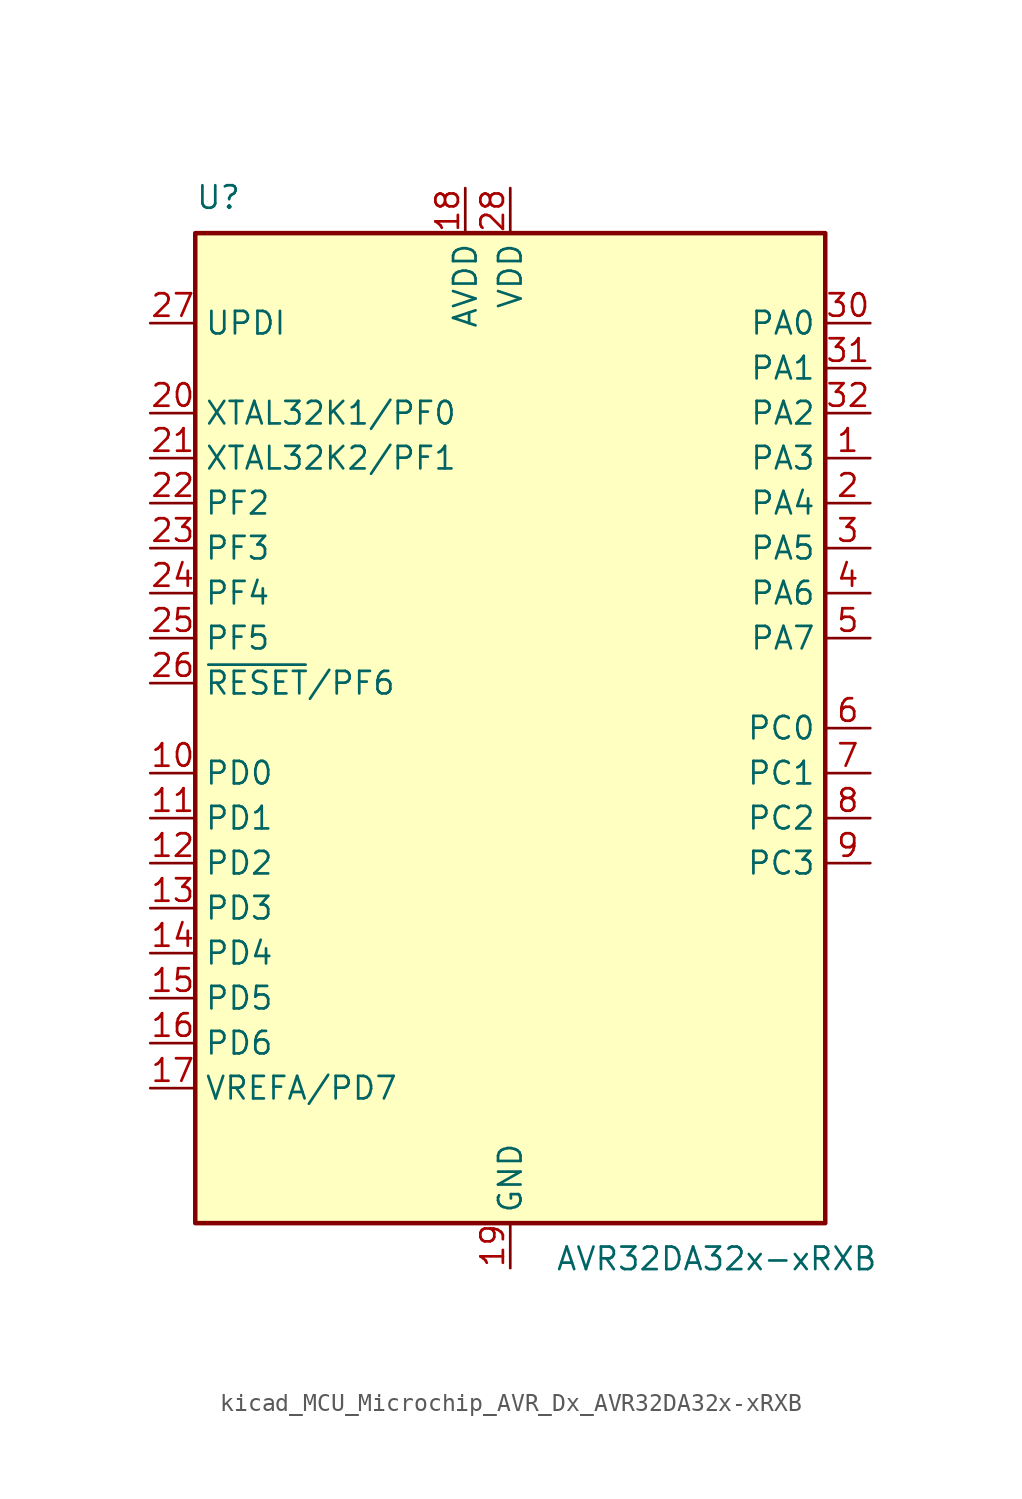
<source format=kicad_sym>
(kicad_symbol_lib
  (version 20220914)
  (generator kicad_symbol_editor)
  (symbol "kicad_MCU_Microchip_AVR_Dx_AVR32DA32x-xRXB"
    (property "Reference" "U"
      (at -17.78 29.21 0)
      (effects (font (size 1.27 1.27)) (justify left bottom)))
    (property "Value" "AVR32DA32x-xRXB"
      (at 2.54 -29.21 0)
      (effects (font (size 1.27 1.27)) (justify left top)))
    (symbol "kicad_MCU_Microchip_AVR_Dx_AVR32DA32x-xRXB_0_1"
      (rectangle (start -17.78 27.94) (end 17.78 -27.94) (stroke (width 0.254) (type default)) (fill (type background))))
    (symbol "kicad_MCU_Microchip_AVR_Dx_AVR32DA32x-xRXB_1_1"
      (pin bidirectional line (at 20.32 15.24 180) (length 2.54) (name "PA3" (effects (font (size 1.27 1.27)))) (number "1" (effects (font (size 1.27 1.27)))))
      (pin bidirectional line (at -20.32 -2.54 0) (length 2.54) (name "PD0" (effects (font (size 1.27 1.27)))) (number "10" (effects (font (size 1.27 1.27)))))
      (pin bidirectional line (at -20.32 -5.08 0) (length 2.54) (name "PD1" (effects (font (size 1.27 1.27)))) (number "11" (effects (font (size 1.27 1.27)))))
      (pin bidirectional line (at -20.32 -7.62 0) (length 2.54) (name "PD2" (effects (font (size 1.27 1.27)))) (number "12" (effects (font (size 1.27 1.27)))))
      (pin bidirectional line (at -20.32 -10.16 0) (length 2.54) (name "PD3" (effects (font (size 1.27 1.27)))) (number "13" (effects (font (size 1.27 1.27)))))
      (pin bidirectional line (at -20.32 -12.7 0) (length 2.54) (name "PD4" (effects (font (size 1.27 1.27)))) (number "14" (effects (font (size 1.27 1.27)))))
      (pin bidirectional line (at -20.32 -15.24 0) (length 2.54) (name "PD5" (effects (font (size 1.27 1.27)))) (number "15" (effects (font (size 1.27 1.27)))))
      (pin bidirectional line (at -20.32 -17.78 0) (length 2.54) (name "PD6" (effects (font (size 1.27 1.27)))) (number "16" (effects (font (size 1.27 1.27)))))
      (pin bidirectional line (at -20.32 -20.32 0) (length 2.54) (name "VREFA/PD7" (effects (font (size 1.27 1.27)))) (number "17" (effects (font (size 1.27 1.27)))))
      (pin power_in line (at -2.54 30.48 270) (length 2.54) (name "AVDD" (effects (font (size 1.27 1.27)))) (number "18" (effects (font (size 1.27 1.27)))))
      (pin power_in line (at 0 -30.48 90) (length 2.54) (name "GND" (effects (font (size 1.27 1.27)))) (number "19" (effects (font (size 1.27 1.27)))))
      (pin bidirectional line (at 20.32 12.7 180) (length 2.54) (name "PA4" (effects (font (size 1.27 1.27)))) (number "2" (effects (font (size 1.27 1.27)))))
      (pin bidirectional line (at -20.32 17.78 0) (length 2.54) (name "XTAL32K1/PF0" (effects (font (size 1.27 1.27)))) (number "20" (effects (font (size 1.27 1.27)))))
      (pin bidirectional line (at -20.32 15.24 0) (length 2.54) (name "XTAL32K2/PF1" (effects (font (size 1.27 1.27)))) (number "21" (effects (font (size 1.27 1.27)))))
      (pin bidirectional line (at -20.32 12.7 0) (length 2.54) (name "PF2" (effects (font (size 1.27 1.27)))) (number "22" (effects (font (size 1.27 1.27)))))
      (pin bidirectional line (at -20.32 10.16 0) (length 2.54) (name "PF3" (effects (font (size 1.27 1.27)))) (number "23" (effects (font (size 1.27 1.27)))))
      (pin bidirectional line (at -20.32 7.62 0) (length 2.54) (name "PF4" (effects (font (size 1.27 1.27)))) (number "24" (effects (font (size 1.27 1.27)))))
      (pin bidirectional line (at -20.32 5.08 0) (length 2.54) (name "PF5" (effects (font (size 1.27 1.27)))) (number "25" (effects (font (size 1.27 1.27)))))
      (pin bidirectional line (at -20.32 2.54 0) (length 2.54) (name "~{RESET}/PF6" (effects (font (size 1.27 1.27)))) (number "26" (effects (font (size 1.27 1.27)))))
      (pin input line (at -20.32 22.86 0) (length 2.54) (name "UPDI" (effects (font (size 1.27 1.27)))) (number "27" (effects (font (size 1.27 1.27)))))
      (pin power_in line (at 0 30.48 270) (length 2.54) (name "VDD" (effects (font (size 1.27 1.27)))) (number "28" (effects (font (size 1.27 1.27)))))
      (pin passive line (at 0 -30.48 90) (length 2.54) hide (name "GND" (effects (font (size 1.27 1.27)))) (number "29" (effects (font (size 1.27 1.27)))))
      (pin bidirectional line (at 20.32 10.16 180) (length 2.54) (name "PA5" (effects (font (size 1.27 1.27)))) (number "3" (effects (font (size 1.27 1.27)))))
      (pin bidirectional line (at 20.32 22.86 180) (length 2.54) (name "PA0" (effects (font (size 1.27 1.27)))) (number "30" (effects (font (size 1.27 1.27)))))
      (pin bidirectional line (at 20.32 20.32 180) (length 2.54) (name "PA1" (effects (font (size 1.27 1.27)))) (number "31" (effects (font (size 1.27 1.27)))))
      (pin bidirectional line (at 20.32 17.78 180) (length 2.54) (name "PA2" (effects (font (size 1.27 1.27)))) (number "32" (effects (font (size 1.27 1.27)))))
      (pin passive line (at 0 -30.48 90) (length 2.54) hide (name "GND" (effects (font (size 1.27 1.27)))) (number "33" (effects (font (size 1.27 1.27)))))
      (pin bidirectional line (at 20.32 7.62 180) (length 2.54) (name "PA6" (effects (font (size 1.27 1.27)))) (number "4" (effects (font (size 1.27 1.27)))))
      (pin bidirectional line (at 20.32 5.08 180) (length 2.54) (name "PA7" (effects (font (size 1.27 1.27)))) (number "5" (effects (font (size 1.27 1.27)))))
      (pin bidirectional line (at 20.32 0 180) (length 2.54) (name "PC0" (effects (font (size 1.27 1.27)))) (number "6" (effects (font (size 1.27 1.27)))))
      (pin bidirectional line (at 20.32 -2.54 180) (length 2.54) (name "PC1" (effects (font (size 1.27 1.27)))) (number "7" (effects (font (size 1.27 1.27)))))
      (pin bidirectional line (at 20.32 -5.08 180) (length 2.54) (name "PC2" (effects (font (size 1.27 1.27)))) (number "8" (effects (font (size 1.27 1.27)))))
      (pin bidirectional line (at 20.32 -7.62 180) (length 2.54) (name "PC3" (effects (font (size 1.27 1.27)))) (number "9" (effects (font (size 1.27 1.27))))))))
</source>
